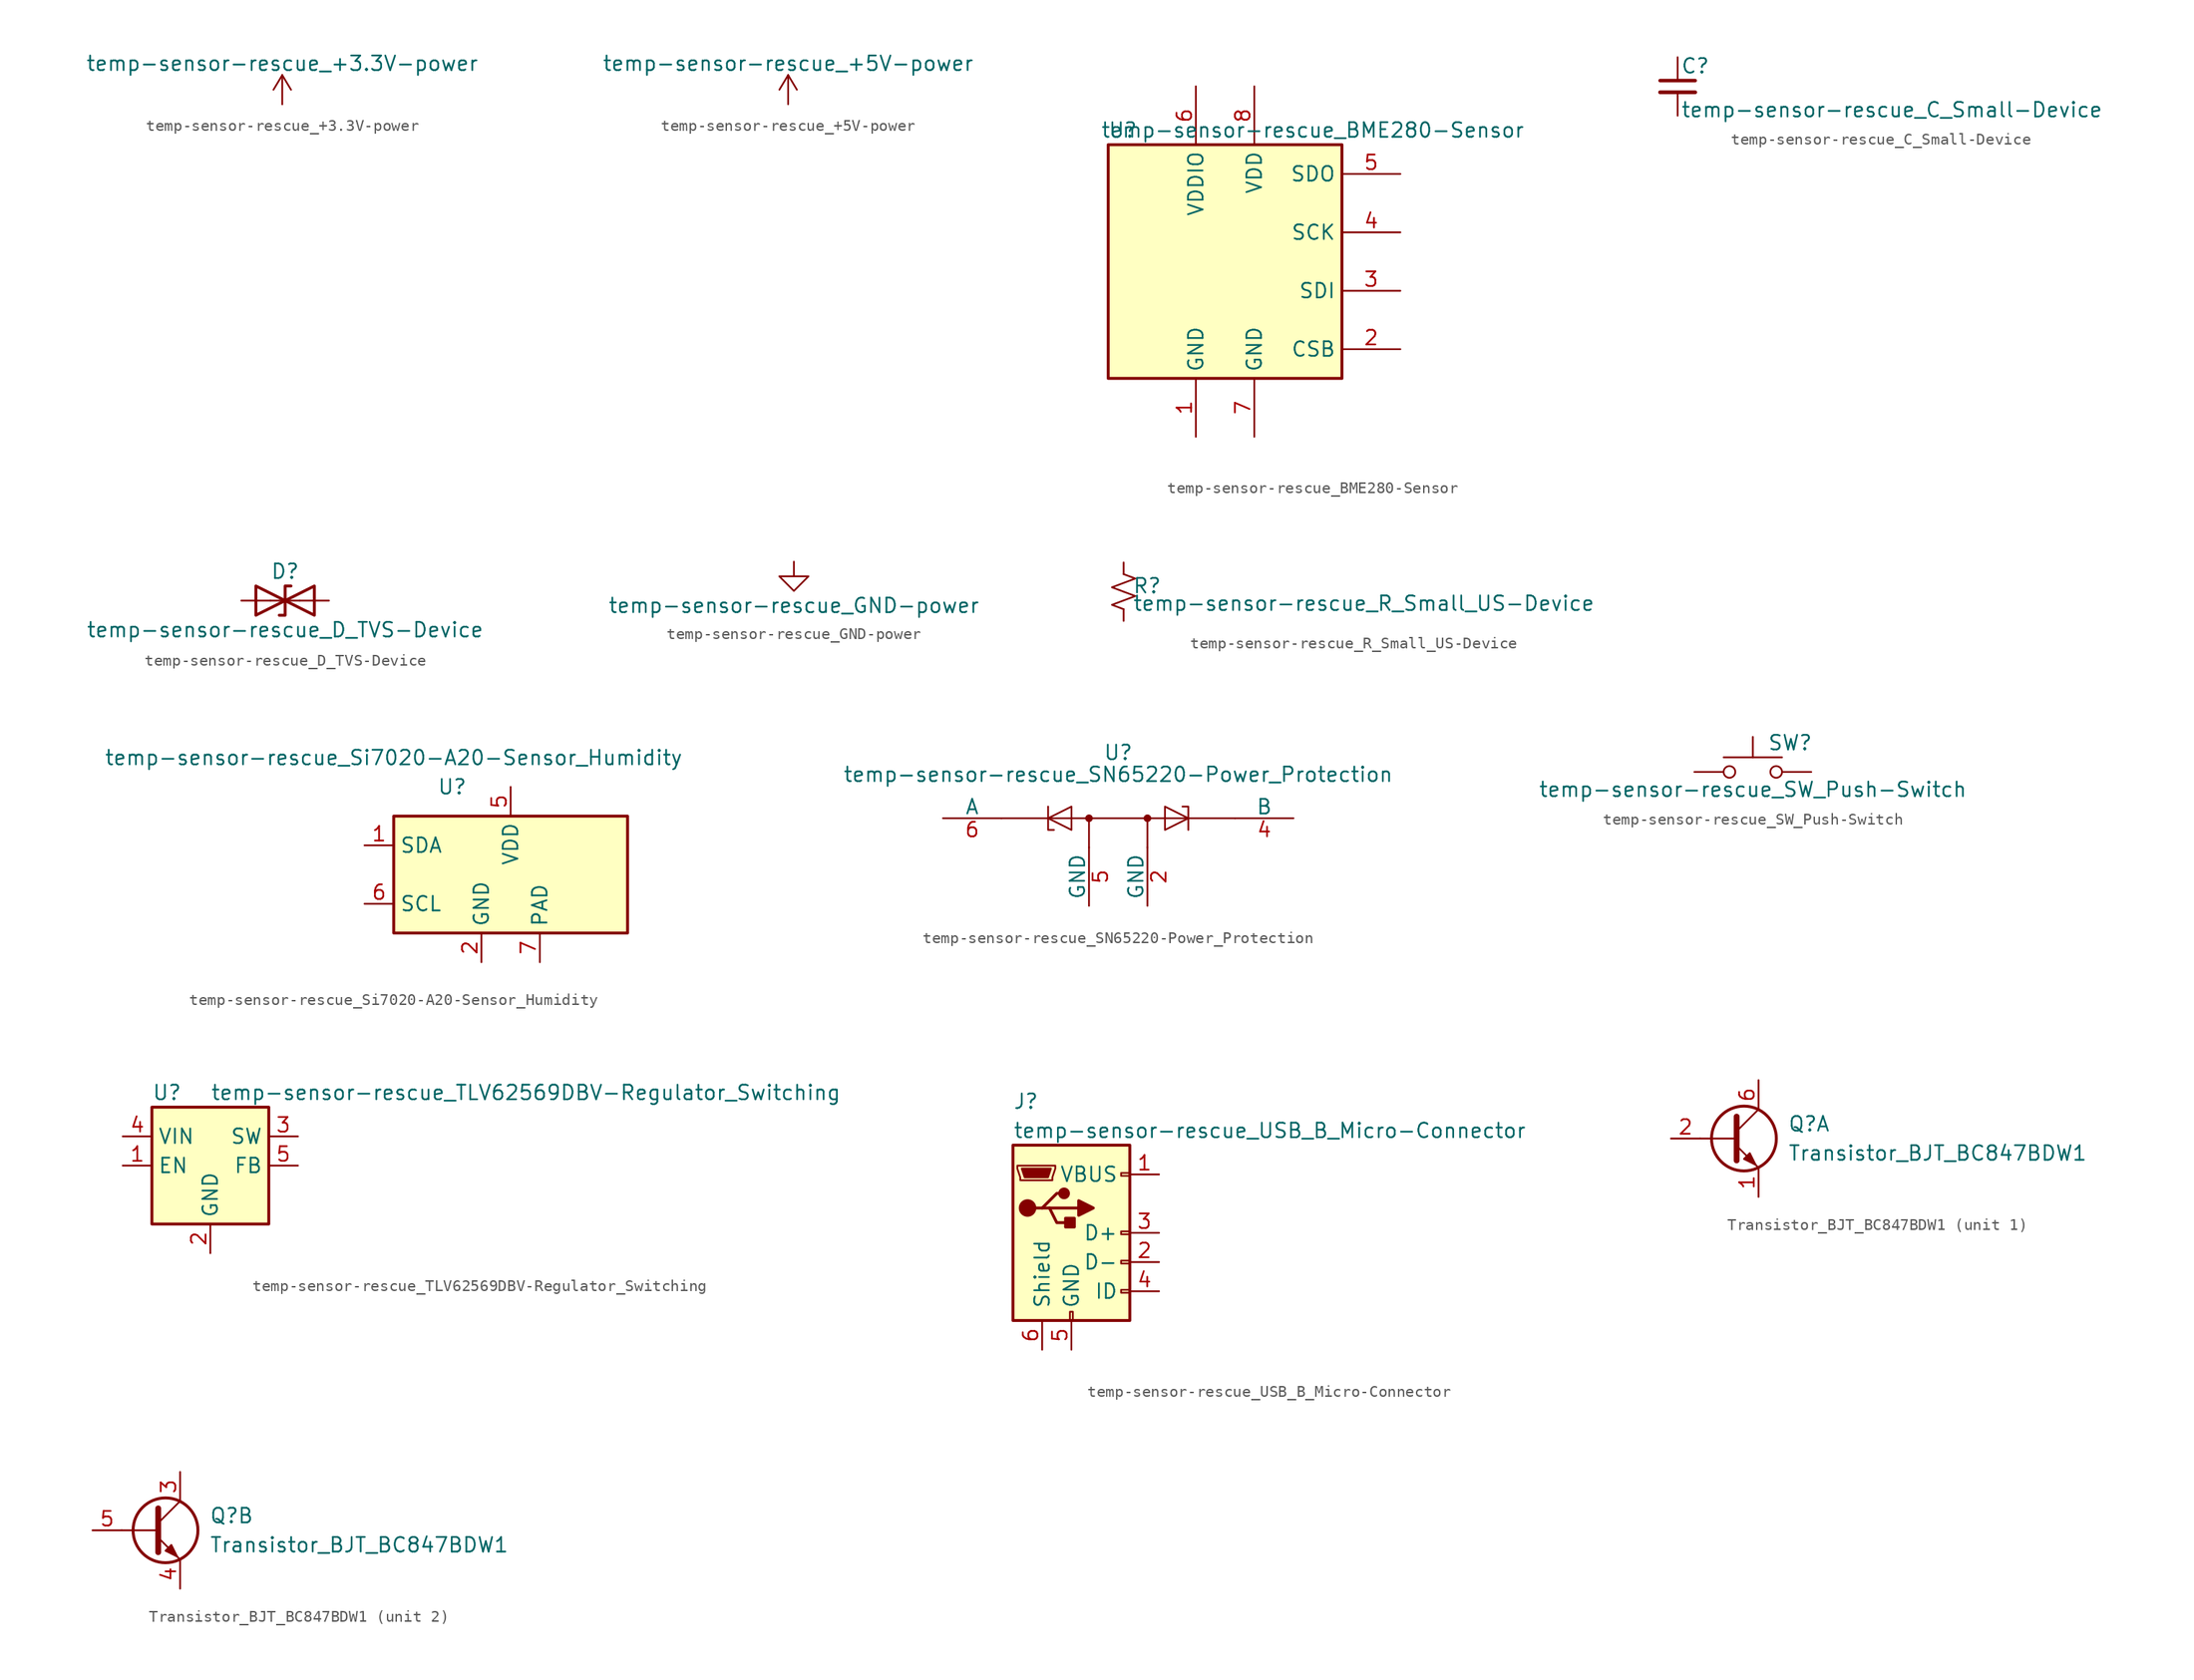
<source format=kicad_sym>
(kicad_symbol_lib
  (version 20211014)
  (generator kicad_symbol_editor)
  (symbol "temp-sensor-rescue_+3.3V-power"
    (power)
    (pin_names
      (offset 0))
    (property "Reference" "#PWR"
      (at 0 -3.81 0)
      (effects (font (size 1.27 1.27)) hide))
    (property "Value" "temp-sensor-rescue_+3.3V-power"
      (at 0 3.556 0)
      (effects (font (size 1.27 1.27))))
    (symbol "temp-sensor-rescue_+3.3V-power_0_1"
      (polyline (pts (xy -0.762 1.27) (xy 0 2.54)) (stroke (width 0) (type default) (color 0 0 0 0)) (fill (type none)))
      (polyline (pts (xy 0 0) (xy 0 2.54)) (stroke (width 0) (type default) (color 0 0 0 0)) (fill (type none)))
      (polyline (pts (xy 0 2.54) (xy 0.762 1.27)) (stroke (width 0) (type default) (color 0 0 0 0)) (fill (type none))))
    (symbol "temp-sensor-rescue_+3.3V-power_1_1"
      (pin power_in line (at 0 0 90) (length 0) hide (name "+3V3" (effects (font (size 1.27 1.27)))) (number "1" (effects (font (size 1.27 1.27)))))))
  (symbol "temp-sensor-rescue_+5V-power"
    (power)
    (pin_names
      (offset 0))
    (property "Reference" "#PWR"
      (at 0 -3.81 0)
      (effects (font (size 1.27 1.27)) hide))
    (property "Value" "temp-sensor-rescue_+5V-power"
      (at 0 3.556 0)
      (effects (font (size 1.27 1.27))))
    (symbol "temp-sensor-rescue_+5V-power_0_1"
      (polyline (pts (xy -0.762 1.27) (xy 0 2.54)) (stroke (width 0) (type default) (color 0 0 0 0)) (fill (type none)))
      (polyline (pts (xy 0 0) (xy 0 2.54)) (stroke (width 0) (type default) (color 0 0 0 0)) (fill (type none)))
      (polyline (pts (xy 0 2.54) (xy 0.762 1.27)) (stroke (width 0) (type default) (color 0 0 0 0)) (fill (type none))))
    (symbol "temp-sensor-rescue_+5V-power_1_1"
      (pin power_in line (at 0 0 90) (length 0) hide (name "+5V" (effects (font (size 1.27 1.27)))) (number "1" (effects (font (size 1.27 1.27)))))))
  (symbol "temp-sensor-rescue_BME280-Sensor"
    (property "Reference" "U"
      (at -8.89 11.43 0)
      (effects (font (size 1.27 1.27))))
    (property "Value" "temp-sensor-rescue_BME280-Sensor"
      (at 7.62 11.43 0)
      (effects (font (size 1.27 1.27))))
    (symbol "temp-sensor-rescue_BME280-Sensor_0_1"
      (rectangle (start -10.16 10.16) (end 10.16 -10.16) (stroke (width 0.254) (type default) (color 0 0 0 0)) (fill (type background))))
    (symbol "temp-sensor-rescue_BME280-Sensor_1_1"
      (pin power_in line (at -2.54 -15.24 90) (length 5.08) (name "GND" (effects (font (size 1.27 1.27)))) (number "1" (effects (font (size 1.27 1.27)))))
      (pin input line (at 15.24 -7.62 180) (length 5.08) (name "CSB" (effects (font (size 1.27 1.27)))) (number "2" (effects (font (size 1.27 1.27)))))
      (pin bidirectional line (at 15.24 -2.54 180) (length 5.08) (name "SDI" (effects (font (size 1.27 1.27)))) (number "3" (effects (font (size 1.27 1.27)))))
      (pin input line (at 15.24 2.54 180) (length 5.08) (name "SCK" (effects (font (size 1.27 1.27)))) (number "4" (effects (font (size 1.27 1.27)))))
      (pin bidirectional line (at 15.24 7.62 180) (length 5.08) (name "SDO" (effects (font (size 1.27 1.27)))) (number "5" (effects (font (size 1.27 1.27)))))
      (pin power_in line (at -2.54 15.24 270) (length 5.08) (name "VDDIO" (effects (font (size 1.27 1.27)))) (number "6" (effects (font (size 1.27 1.27)))))
      (pin power_in line (at 2.54 -15.24 90) (length 5.08) (name "GND" (effects (font (size 1.27 1.27)))) (number "7" (effects (font (size 1.27 1.27)))))
      (pin power_in line (at 2.54 15.24 270) (length 5.08) (name "VDD" (effects (font (size 1.27 1.27)))) (number "8" (effects (font (size 1.27 1.27)))))))
  (symbol "temp-sensor-rescue_C_Small-Device"
    (pin_numbers hide)
    (pin_names
      (offset 0.254) hide)
    (property "Reference" "C"
      (at 0.254 1.778 0)
      (effects (font (size 1.27 1.27)) (justify left)))
    (property "Value" "temp-sensor-rescue_C_Small-Device"
      (at 0.254 -2.032 0)
      (effects (font (size 1.27 1.27)) (justify left)))
    (symbol "temp-sensor-rescue_C_Small-Device_0_1"
      (polyline (pts (xy -1.524 -0.508) (xy 1.524 -0.508)) (stroke (width 0.33) (type default) (color 0 0 0 0)) (fill (type none)))
      (polyline (pts (xy -1.524 0.508) (xy 1.524 0.508)) (stroke (width 0.305) (type default) (color 0 0 0 0)) (fill (type none))))
    (symbol "temp-sensor-rescue_C_Small-Device_1_1"
      (pin passive line (at 0 2.54 270) (length 2.032) (name "~" (effects (font (size 1.27 1.27)))) (number "1" (effects (font (size 1.27 1.27)))))
      (pin passive line (at 0 -2.54 90) (length 2.032) (name "~" (effects (font (size 1.27 1.27)))) (number "2" (effects (font (size 1.27 1.27)))))))
  (symbol "temp-sensor-rescue_D_TVS-Device"
    (pin_numbers hide)
    (pin_names
      (offset 1.016) hide)
    (property "Reference" "D"
      (at 0 2.54 0)
      (effects (font (size 1.27 1.27))))
    (property "Value" "temp-sensor-rescue_D_TVS-Device"
      (at 0 -2.54 0)
      (effects (font (size 1.27 1.27))))
    (symbol "temp-sensor-rescue_D_TVS-Device_0_1"
      (polyline (pts (xy 1.27 0) (xy -1.27 0)) (stroke (width 0) (type default) (color 0 0 0 0)) (fill (type none)))
      (polyline (pts (xy 0.508 1.27) (xy 0 1.27) (xy 0 -1.27) (xy -0.508 -1.27)) (stroke (width 0.254) (type default) (color 0 0 0 0)) (fill (type none)))
      (polyline (pts (xy -2.54 1.27) (xy -2.54 -1.27) (xy 2.54 1.27) (xy 2.54 -1.27) (xy -2.54 1.27)) (stroke (width 0.254) (type default) (color 0 0 0 0)) (fill (type none))))
    (symbol "temp-sensor-rescue_D_TVS-Device_1_1"
      (pin passive line (at -3.81 0 0) (length 2.54) (name "A1" (effects (font (size 1.27 1.27)))) (number "1" (effects (font (size 1.27 1.27)))))
      (pin passive line (at 3.81 0 180) (length 2.54) (name "A2" (effects (font (size 1.27 1.27)))) (number "2" (effects (font (size 1.27 1.27)))))))
  (symbol "temp-sensor-rescue_GND-power"
    (power)
    (pin_names
      (offset 0))
    (property "Reference" "#PWR"
      (at 0 -6.35 0)
      (effects (font (size 1.27 1.27)) hide))
    (property "Value" "temp-sensor-rescue_GND-power"
      (at 0 -3.81 0)
      (effects (font (size 1.27 1.27))))
    (symbol "temp-sensor-rescue_GND-power_0_1"
      (polyline (pts (xy 0 0) (xy 0 -1.27) (xy 1.27 -1.27) (xy 0 -2.54) (xy -1.27 -1.27) (xy 0 -1.27)) (stroke (width 0) (type default) (color 0 0 0 0)) (fill (type none))))
    (symbol "temp-sensor-rescue_GND-power_1_1"
      (pin power_in line (at 0 0 270) (length 0) hide (name "GND" (effects (font (size 1.27 1.27)))) (number "1" (effects (font (size 1.27 1.27)))))))
  (symbol "temp-sensor-rescue_R_Small_US-Device"
    (pin_numbers hide)
    (pin_names
      (offset 0.254) hide)
    (property "Reference" "R"
      (at 0.762 0.508 0)
      (effects (font (size 1.27 1.27)) (justify left)))
    (property "Value" "temp-sensor-rescue_R_Small_US-Device"
      (at 0.762 -1.016 0)
      (effects (font (size 1.27 1.27)) (justify left)))
    (symbol "temp-sensor-rescue_R_Small_US-Device_1_1"
      (polyline (pts (xy 0 0) (xy 1.016 -0.381) (xy 0 -0.762) (xy -1.016 -1.143) (xy 0 -1.524)) (stroke (width 0) (type default) (color 0 0 0 0)) (fill (type none)))
      (polyline (pts (xy 0 1.524) (xy 1.016 1.143) (xy 0 0.762) (xy -1.016 0.381) (xy 0 0)) (stroke (width 0) (type default) (color 0 0 0 0)) (fill (type none)))
      (pin passive line (at 0 2.54 270) (length 1.016) (name "~" (effects (font (size 1.27 1.27)))) (number "1" (effects (font (size 1.27 1.27)))))
      (pin passive line (at 0 -2.54 90) (length 1.016) (name "~" (effects (font (size 1.27 1.27)))) (number "2" (effects (font (size 1.27 1.27)))))))
  (symbol "temp-sensor-rescue_Si7020-A20-Sensor_Humidity"
    (property "Reference" "U"
      (at -5.08 7.62 0)
      (effects (font (size 1.27 1.27))))
    (property "Value" "temp-sensor-rescue_Si7020-A20-Sensor_Humidity"
      (at -10.16 10.16 0)
      (effects (font (size 1.27 1.27))))
    (symbol "temp-sensor-rescue_Si7020-A20-Sensor_Humidity_0_1"
      (rectangle (start -10.16 5.08) (end 10.16 -5.08) (stroke (width 0.254) (type default) (color 0 0 0 0)) (fill (type background))))
    (symbol "temp-sensor-rescue_Si7020-A20-Sensor_Humidity_1_1"
      (pin bidirectional line (at -12.7 2.54 0) (length 2.54) (name "SDA" (effects (font (size 1.27 1.27)))) (number "1" (effects (font (size 1.27 1.27)))))
      (pin power_in line (at -2.54 -7.62 90) (length 2.54) (name "GND" (effects (font (size 1.27 1.27)))) (number "2" (effects (font (size 1.27 1.27)))))
      (pin no_connect line (at 10.16 2.54 180) (length 2.54) hide (name "NC" (effects (font (size 1.27 1.27)))) (number "3" (effects (font (size 1.27 1.27)))))
      (pin no_connect line (at 10.16 -2.54 180) (length 2.54) hide (name "NC" (effects (font (size 1.27 1.27)))) (number "4" (effects (font (size 1.27 1.27)))))
      (pin power_in line (at 0 7.62 270) (length 2.54) (name "VDD" (effects (font (size 1.27 1.27)))) (number "5" (effects (font (size 1.27 1.27)))))
      (pin input line (at -12.7 -2.54 0) (length 2.54) (name "SCL" (effects (font (size 1.27 1.27)))) (number "6" (effects (font (size 1.27 1.27)))))
      (pin passive line (at 2.54 -7.62 90) (length 2.54) (name "PAD" (effects (font (size 1.27 1.27)))) (number "7" (effects (font (size 1.27 1.27)))))))
  (symbol "temp-sensor-rescue_SN65220-Power_Protection"
    (pin_names
      (offset 0))
    (property "Reference" "U"
      (at 0 5.715 0)
      (effects (font (size 1.27 1.27))))
    (property "Value" "temp-sensor-rescue_SN65220-Power_Protection"
      (at 0 3.81 0)
      (effects (font (size 1.27 1.27))))
    (symbol "temp-sensor-rescue_SN65220-Power_Protection_0_1"
      (circle (center -2.54 0) (radius 0.254) (stroke (width 0) (type default) (color 0 0 0 0)) (fill (type outline)))
      (polyline (pts (xy -2.54 -2.54) (xy -2.54 0)) (stroke (width 0) (type default) (color 0 0 0 0)) (fill (type none)))
      (polyline (pts (xy 2.54 -2.54) (xy 2.54 0)) (stroke (width 0) (type default) (color 0 0 0 0)) (fill (type none)))
      (polyline (pts (xy 10.16 0) (xy -10.16 0)) (stroke (width 0) (type default) (color 0 0 0 0)) (fill (type none)))
      (polyline (pts (xy -5.588 -1.016) (xy -6.096 -1.016) (xy -6.096 1.016)) (stroke (width 0) (type default) (color 0 0 0 0)) (fill (type none)))
      (polyline (pts (xy 5.588 1.016) (xy 6.096 1.016) (xy 6.096 -1.016)) (stroke (width 0) (type default) (color 0 0 0 0)) (fill (type none)))
      (polyline (pts (xy -6.096 0) (xy -4.064 1.016) (xy -4.064 -1.016) (xy -6.096 0)) (stroke (width 0) (type default) (color 0 0 0 0)) (fill (type none)))
      (polyline (pts (xy 6.096 0) (xy 4.064 1.016) (xy 4.064 -1.016) (xy 6.096 0)) (stroke (width 0) (type default) (color 0 0 0 0)) (fill (type none)))
      (circle (center 2.54 0) (radius 0.254) (stroke (width 0) (type default) (color 0 0 0 0)) (fill (type outline))))
    (symbol "temp-sensor-rescue_SN65220-Power_Protection_1_1"
      (pin no_connect line (at 2.54 0 180) (length 2.54) hide (name "~" (effects (font (size 1.27 1.27)))) (number "1" (effects (font (size 1.27 1.27)))))
      (pin passive line (at 2.54 -7.62 90) (length 5.08) (name "GND" (effects (font (size 1.27 1.27)))) (number "2" (effects (font (size 1.27 1.27)))))
      (pin no_connect line (at -2.54 0 0) (length 2.54) hide (name "~" (effects (font (size 1.27 1.27)))) (number "3" (effects (font (size 1.27 1.27)))))
      (pin passive line (at 15.24 0 180) (length 5.08) (name "B" (effects (font (size 1.27 1.27)))) (number "4" (effects (font (size 1.27 1.27)))))
      (pin passive line (at -2.54 -7.62 90) (length 5.08) (name "GND" (effects (font (size 1.27 1.27)))) (number "5" (effects (font (size 1.27 1.27)))))
      (pin passive line (at -15.24 0 0) (length 5.08) (name "A" (effects (font (size 1.27 1.27)))) (number "6" (effects (font (size 1.27 1.27)))))))
  (symbol "temp-sensor-rescue_SW_Push-Switch"
    (pin_numbers hide)
    (pin_names
      (offset 1.016) hide)
    (property "Reference" "SW"
      (at 1.27 2.54 0)
      (effects (font (size 1.27 1.27)) (justify left)))
    (property "Value" "temp-sensor-rescue_SW_Push-Switch"
      (at 0 -1.524 0)
      (effects (font (size 1.27 1.27))))
    (symbol "temp-sensor-rescue_SW_Push-Switch_0_1"
      (circle (center -2.032 0) (radius 0.508) (stroke (width 0) (type default) (color 0 0 0 0)) (fill (type none)))
      (polyline (pts (xy 0 1.27) (xy 0 3.048)) (stroke (width 0) (type default) (color 0 0 0 0)) (fill (type none)))
      (polyline (pts (xy 2.54 1.27) (xy -2.54 1.27)) (stroke (width 0) (type default) (color 0 0 0 0)) (fill (type none)))
      (circle (center 2.032 0) (radius 0.508) (stroke (width 0) (type default) (color 0 0 0 0)) (fill (type none)))
      (pin passive line (at -5.08 0 0) (length 2.54) (name "1" (effects (font (size 1.27 1.27)))) (number "1" (effects (font (size 1.27 1.27)))))
      (pin passive line (at 5.08 0 180) (length 2.54) (name "2" (effects (font (size 1.27 1.27)))) (number "2" (effects (font (size 1.27 1.27)))))))
  (symbol "temp-sensor-rescue_TLV62569DBV-Regulator_Switching"
    (property "Reference" "U"
      (at -5.08 6.35 0)
      (effects (font (size 1.27 1.27)) (justify left)))
    (property "Value" "temp-sensor-rescue_TLV62569DBV-Regulator_Switching"
      (at 0 6.35 0)
      (effects (font (size 1.27 1.27)) (justify left)))
    (symbol "temp-sensor-rescue_TLV62569DBV-Regulator_Switching_0_1"
      (rectangle (start -5.08 5.08) (end 5.08 -5.08) (stroke (width 0.254) (type default) (color 0 0 0 0)) (fill (type background))))
    (symbol "temp-sensor-rescue_TLV62569DBV-Regulator_Switching_1_1"
      (pin input line (at -7.62 0 0) (length 2.54) (name "EN" (effects (font (size 1.27 1.27)))) (number "1" (effects (font (size 1.27 1.27)))))
      (pin power_in line (at 0 -7.62 90) (length 2.54) (name "GND" (effects (font (size 1.27 1.27)))) (number "2" (effects (font (size 1.27 1.27)))))
      (pin power_out line (at 7.62 2.54 180) (length 2.54) (name "SW" (effects (font (size 1.27 1.27)))) (number "3" (effects (font (size 1.27 1.27)))))
      (pin power_in line (at -7.62 2.54 0) (length 2.54) (name "VIN" (effects (font (size 1.27 1.27)))) (number "4" (effects (font (size 1.27 1.27)))))
      (pin input line (at 7.62 0 180) (length 2.54) (name "FB" (effects (font (size 1.27 1.27)))) (number "5" (effects (font (size 1.27 1.27)))))))
  (symbol "temp-sensor-rescue_USB_B_Micro-Connector"
    (pin_names
      (offset 1.016))
    (property "Reference" "J"
      (at -5.08 11.43 0)
      (effects (font (size 1.27 1.27)) (justify left)))
    (property "Value" "temp-sensor-rescue_USB_B_Micro-Connector"
      (at -5.08 8.89 0)
      (effects (font (size 1.27 1.27)) (justify left)))
    (symbol "temp-sensor-rescue_USB_B_Micro-Connector_0_1"
      (rectangle (start -5.08 -7.62) (end 5.08 7.62) (stroke (width 0.254) (type default) (color 0 0 0 0)) (fill (type background)))
      (circle (center -3.81 2.159) (radius 0.635) (stroke (width 0.254) (type default) (color 0 0 0 0)) (fill (type outline)))
      (circle (center -0.635 3.429) (radius 0.381) (stroke (width 0.254) (type default) (color 0 0 0 0)) (fill (type outline)))
      (rectangle (start -0.127 -7.62) (end 0.127 -6.858) (stroke (width 0) (type default) (color 0 0 0 0)) (fill (type none)))
      (polyline (pts (xy -1.905 2.159) (xy 0.635 2.159)) (stroke (width 0.254) (type default) (color 0 0 0 0)) (fill (type none)))
      (polyline (pts (xy -3.175 2.159) (xy -2.54 2.159) (xy -1.27 3.429) (xy -0.635 3.429)) (stroke (width 0.254) (type default) (color 0 0 0 0)) (fill (type none)))
      (polyline (pts (xy -2.54 2.159) (xy -1.905 2.159) (xy -1.27 0.889) (xy 0 0.889)) (stroke (width 0.254) (type default) (color 0 0 0 0)) (fill (type none)))
      (polyline (pts (xy 0.635 2.794) (xy 0.635 1.524) (xy 1.905 2.159) (xy 0.635 2.794)) (stroke (width 0.254) (type default) (color 0 0 0 0)) (fill (type outline)))
      (polyline (pts (xy -4.318 5.588) (xy -1.778 5.588) (xy -2.032 4.826) (xy -4.064 4.826) (xy -4.318 5.588)) (stroke (width 0) (type default) (color 0 0 0 0)) (fill (type outline)))
      (polyline (pts (xy -4.699 5.842) (xy -4.699 5.588) (xy -4.445 4.826) (xy -4.445 4.572) (xy -1.651 4.572) (xy -1.651 4.826) (xy -1.397 5.588) (xy -1.397 5.842) (xy -4.699 5.842)) (stroke (width 0) (type default) (color 0 0 0 0)) (fill (type none)))
      (rectangle (start 0.254 1.27) (end -0.508 0.508) (stroke (width 0.254) (type default) (color 0 0 0 0)) (fill (type outline)))
      (rectangle (start 5.08 -5.207) (end 4.318 -4.953) (stroke (width 0) (type default) (color 0 0 0 0)) (fill (type none)))
      (rectangle (start 5.08 -2.667) (end 4.318 -2.413) (stroke (width 0) (type default) (color 0 0 0 0)) (fill (type none)))
      (rectangle (start 5.08 -0.127) (end 4.318 0.127) (stroke (width 0) (type default) (color 0 0 0 0)) (fill (type none)))
      (rectangle (start 5.08 4.953) (end 4.318 5.207) (stroke (width 0) (type default) (color 0 0 0 0)) (fill (type none))))
    (symbol "temp-sensor-rescue_USB_B_Micro-Connector_1_1"
      (pin power_out line (at 7.62 5.08 180) (length 2.54) (name "VBUS" (effects (font (size 1.27 1.27)))) (number "1" (effects (font (size 1.27 1.27)))))
      (pin passive line (at 7.62 -2.54 180) (length 2.54) (name "D-" (effects (font (size 1.27 1.27)))) (number "2" (effects (font (size 1.27 1.27)))))
      (pin passive line (at 7.62 0 180) (length 2.54) (name "D+" (effects (font (size 1.27 1.27)))) (number "3" (effects (font (size 1.27 1.27)))))
      (pin passive line (at 7.62 -5.08 180) (length 2.54) (name "ID" (effects (font (size 1.27 1.27)))) (number "4" (effects (font (size 1.27 1.27)))))
      (pin power_out line (at 0 -10.16 90) (length 2.54) (name "GND" (effects (font (size 1.27 1.27)))) (number "5" (effects (font (size 1.27 1.27)))))
      (pin passive line (at -2.54 -10.16 90) (length 2.54) (name "Shield" (effects (font (size 1.27 1.27)))) (number "6" (effects (font (size 1.27 1.27)))))))
  (symbol "Transistor_BJT_BC847BDW1"
    (pin_names
      (offset 0) hide)
    (property "Reference" "Q"
      (at 5.08 1.27 0)
      (effects (font (size 1.27 1.27)) (justify left)))
    (property "Value" "Transistor_BJT_BC847BDW1"
      (at 5.08 -1.27 0)
      (effects (font (size 1.27 1.27)) (justify left)))
    (property "ki_locked" ""
      (at 0 0 0)
      (effects (font (size 1.27 1.27))))
    (symbol "Transistor_BJT_BC847BDW1_0_1"
      (polyline (pts (xy 0.635 0) (xy -2.54 0)) (stroke (width 0) (type default) (color 0 0 0 0)) (fill (type none)))
      (polyline (pts (xy 0.635 0.635) (xy 2.54 2.54)) (stroke (width 0) (type default) (color 0 0 0 0)) (fill (type none)))
      (polyline (pts (xy 0.635 -0.635) (xy 2.54 -2.54) (xy 2.54 -2.54)) (stroke (width 0) (type default) (color 0 0 0 0)) (fill (type none)))
      (polyline (pts (xy 0.635 1.905) (xy 0.635 -1.905) (xy 0.635 -1.905)) (stroke (width 0.508) (type default) (color 0 0 0 0)) (fill (type none)))
      (polyline (pts (xy 1.27 -1.778) (xy 1.778 -1.27) (xy 2.286 -2.286) (xy 1.27 -1.778) (xy 1.27 -1.778)) (stroke (width 0) (type default) (color 0 0 0 0)) (fill (type outline)))
      (circle (center 1.27 0) (radius 2.819) (stroke (width 0.254) (type default) (color 0 0 0 0)) (fill (type none))))
    (symbol "Transistor_BJT_BC847BDW1_1_1"
      (pin passive line (at 2.54 -5.08 90) (length 2.54) (name "E1" (effects (font (size 1.27 1.27)))) (number "1" (effects (font (size 1.27 1.27)))))
      (pin input line (at -5.08 0 0) (length 2.54) (name "B1" (effects (font (size 1.27 1.27)))) (number "2" (effects (font (size 1.27 1.27)))))
      (pin passive line (at 2.54 5.08 270) (length 2.54) (name "C1" (effects (font (size 1.27 1.27)))) (number "6" (effects (font (size 1.27 1.27))))))
    (symbol "Transistor_BJT_BC847BDW1_2_1"
      (pin passive line (at 2.54 5.08 270) (length 2.54) (name "C2" (effects (font (size 1.27 1.27)))) (number "3" (effects (font (size 1.27 1.27)))))
      (pin passive line (at 2.54 -5.08 90) (length 2.54) (name "E2" (effects (font (size 1.27 1.27)))) (number "4" (effects (font (size 1.27 1.27)))))
      (pin input line (at -5.08 0 0) (length 2.54) (name "B2" (effects (font (size 1.27 1.27)))) (number "5" (effects (font (size 1.27 1.27))))))))
</source>
